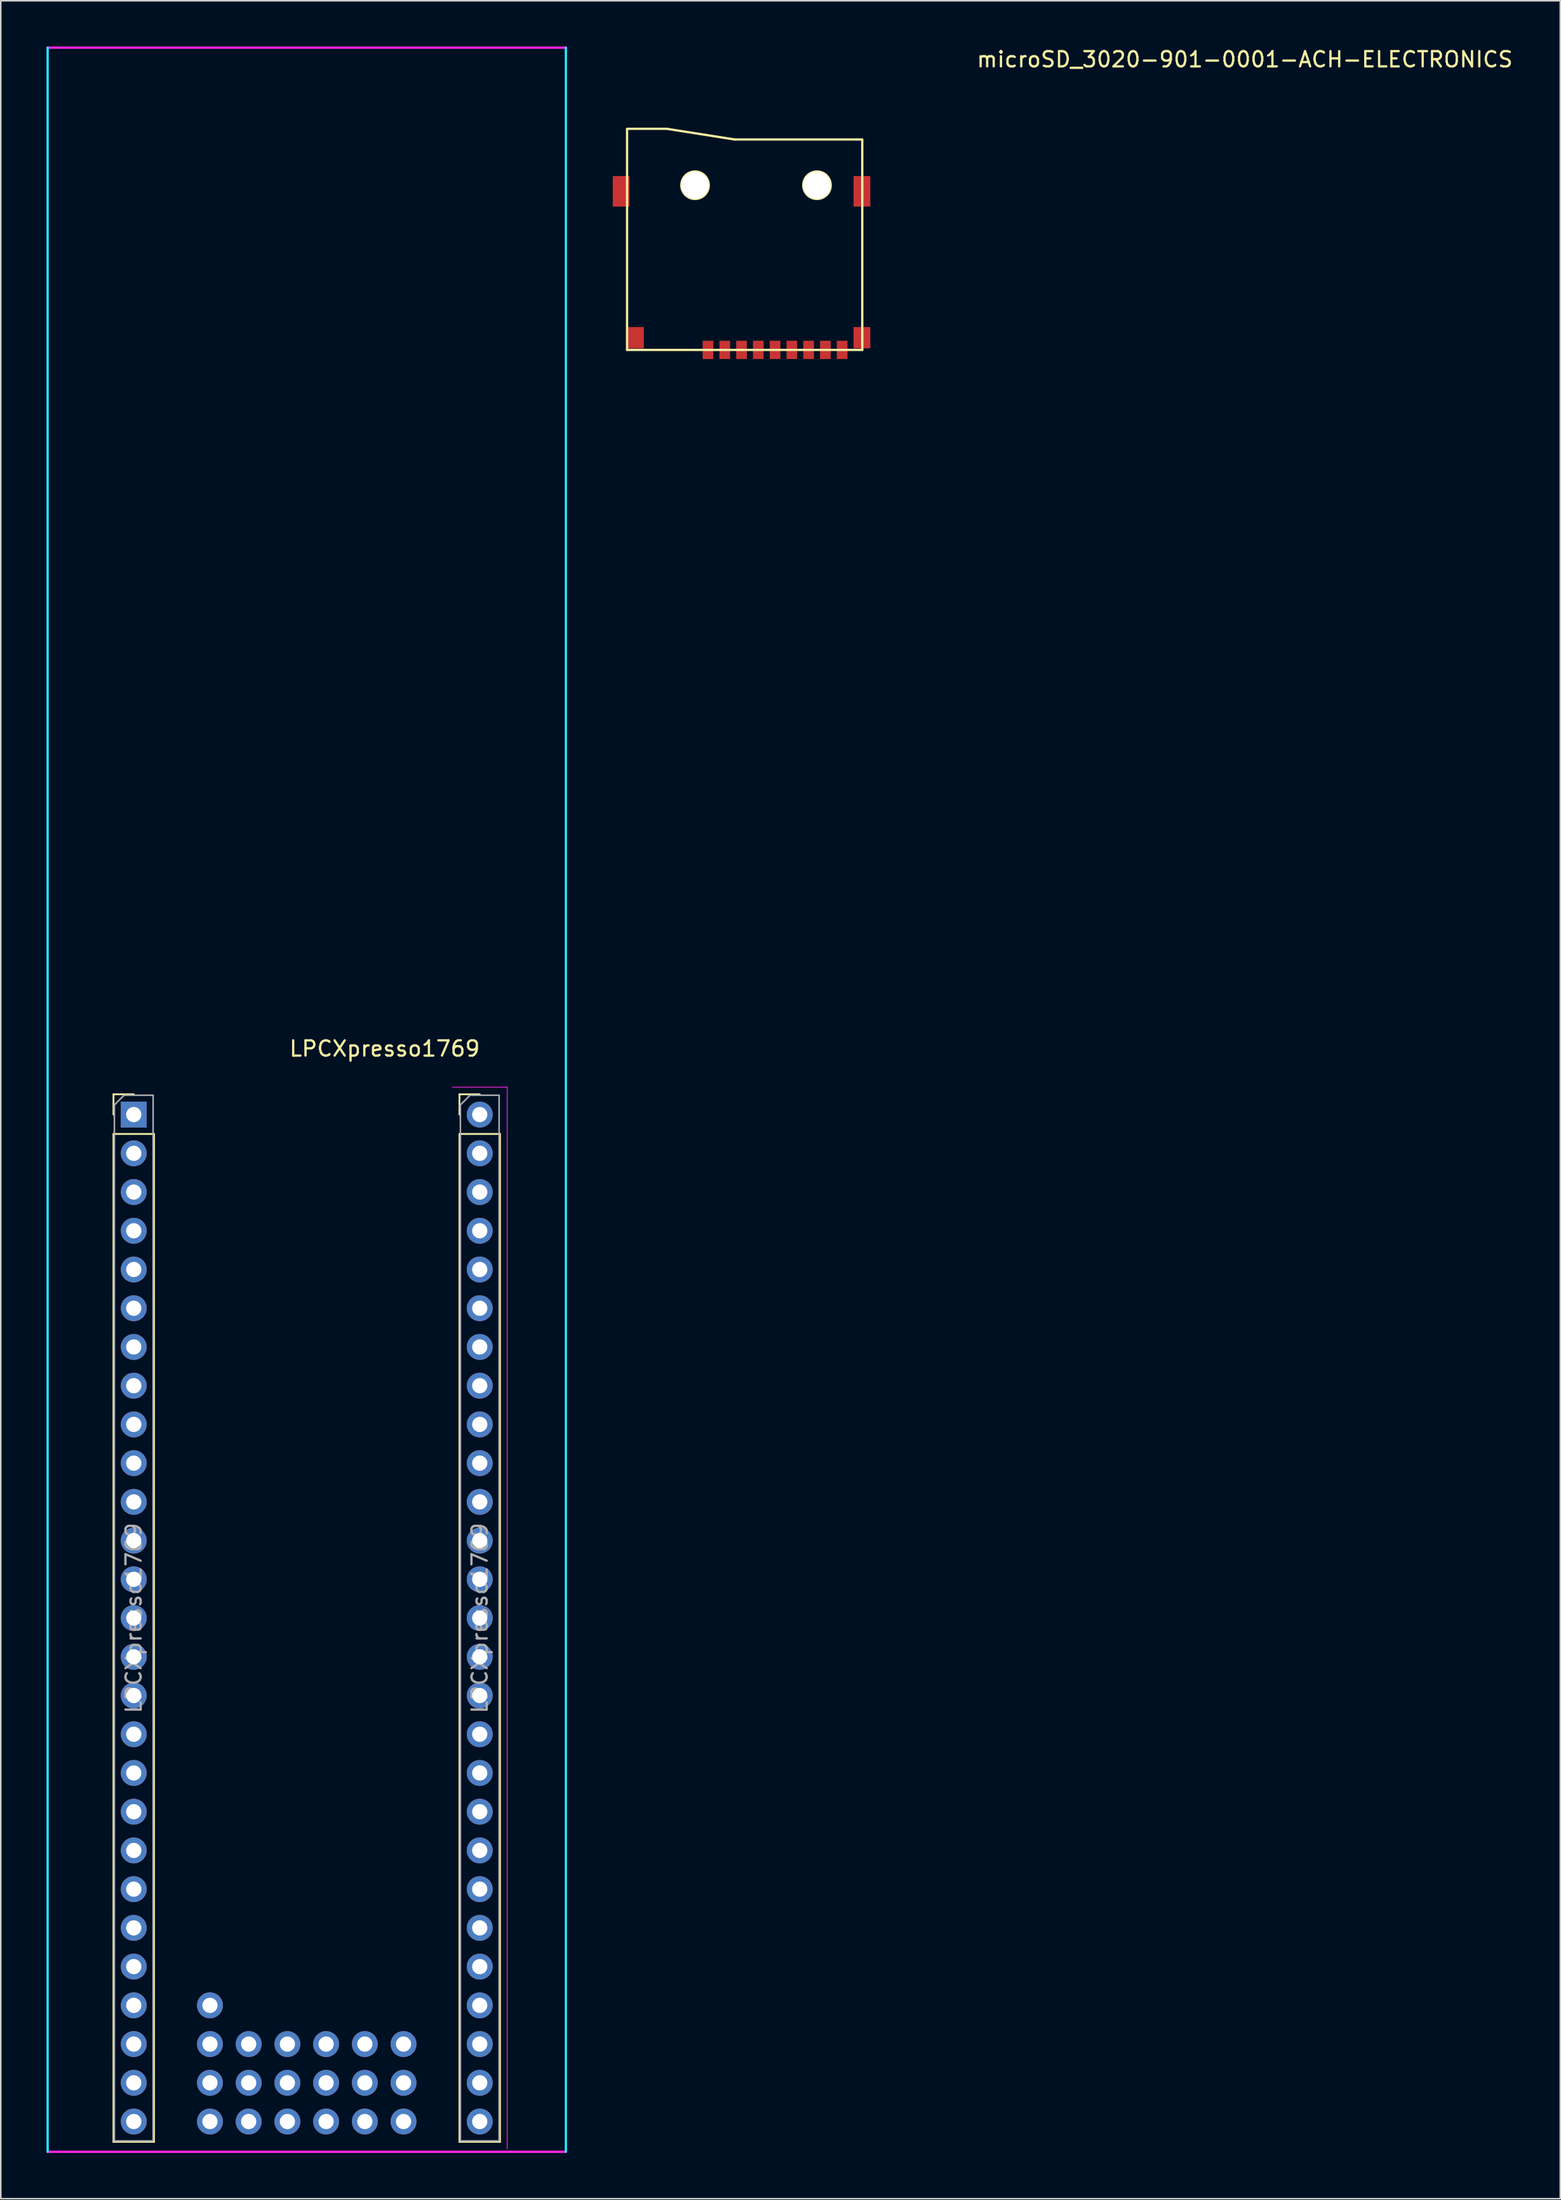
<source format=kicad_pcb>
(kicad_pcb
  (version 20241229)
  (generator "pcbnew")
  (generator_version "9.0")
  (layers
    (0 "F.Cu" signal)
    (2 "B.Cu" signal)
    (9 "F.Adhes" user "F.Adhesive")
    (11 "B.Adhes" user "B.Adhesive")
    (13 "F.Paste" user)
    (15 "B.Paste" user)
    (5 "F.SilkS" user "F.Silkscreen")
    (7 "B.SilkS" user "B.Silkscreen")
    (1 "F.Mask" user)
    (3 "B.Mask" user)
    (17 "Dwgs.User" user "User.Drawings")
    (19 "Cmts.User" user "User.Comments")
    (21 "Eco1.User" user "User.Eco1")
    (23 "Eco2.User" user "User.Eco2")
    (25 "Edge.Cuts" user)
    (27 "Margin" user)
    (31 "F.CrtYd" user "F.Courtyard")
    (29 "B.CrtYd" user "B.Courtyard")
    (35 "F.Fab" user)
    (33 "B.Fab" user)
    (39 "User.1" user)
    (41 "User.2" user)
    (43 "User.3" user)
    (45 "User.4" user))
  (footprint "LPCXpresso1769"
    (layer "F.Cu")
    (at 17.075 103.075)
    (property "Reference" "LPCXpresso1769" (at 5.11 -37.35 0) (layer "F.SilkS") (effects (font (size 1 1) (thickness 0.15))))
    (attr through_hole)
    (fp_line (start -12.68 -34.355) (end -11.35 -34.355) (stroke (width 0.12) (type solid)) (layer "F.SilkS"))
    (fp_line (start -12.68 -33.025) (end -12.68 -34.355) (stroke (width 0.12) (type solid)) (layer "F.SilkS"))
    (fp_line (start -12.68 -31.755) (end -12.68 34.345) (stroke (width 0.12) (type solid)) (layer "F.SilkS"))
    (fp_line (start -12.68 -31.755) (end -10.02 -31.755) (stroke (width 0.12) (type solid)) (layer "F.SilkS"))
    (fp_line (start -12.68 34.345) (end -10.02 34.345) (stroke (width 0.12) (type solid)) (layer "F.SilkS"))
    (fp_line (start -10.02 -31.755) (end -10.02 34.345) (stroke (width 0.12) (type solid)) (layer "F.SilkS"))
    (fp_line (start 10.02 -34.355) (end 11.35 -34.355) (stroke (width 0.12) (type solid)) (layer "F.SilkS"))
    (fp_line (start 10.02 -33.025) (end 10.02 -34.355) (stroke (width 0.12) (type solid)) (layer "F.SilkS"))
    (fp_line (start 10.02 -31.755) (end 10.02 34.345) (stroke (width 0.12) (type solid)) (layer "F.SilkS"))
    (fp_line (start 10.02 -31.755) (end 12.68 -31.755) (stroke (width 0.12) (type solid)) (layer "F.SilkS"))
    (fp_line (start 10.02 34.345) (end 12.68 34.345) (stroke (width 0.12) (type solid)) (layer "F.SilkS"))
    (fp_line (start 12.68 -31.755) (end 12.68 34.345) (stroke (width 0.12) (type solid)) (layer "F.SilkS"))
    (fp_line (start -17 35) (end -17 -103) (stroke (width 0.15) (type solid)) (layer "B.CrtYd"))
    (fp_line (start 17 35) (end 17 -103) (stroke (width 0.15) (type solid)) (layer "B.CrtYd"))
    (fp_line (start -17 -103) (end 17 -103) (stroke (width 0.15) (type solid)) (layer "F.CrtYd"))
    (fp_line (start -17 35) (end 17 35) (stroke (width 0.15) (type solid)) (layer "F.CrtYd"))
    (fp_line (start 13.15 -34.825) (end 9.55 -34.825) (stroke (width 0.05) (type solid)) (layer "F.CrtYd"))
    (fp_line (start 13.15 34.825) (end 13.15 -34.825) (stroke (width 0.05) (type solid)) (layer "F.CrtYd"))
    (fp_line (start -12.62 -33.66) (end -11.985 -34.295) (stroke (width 0.1) (type solid)) (layer "F.Fab"))
    (fp_line (start -12.62 34.285) (end -12.62 -33.66) (stroke (width 0.1) (type solid)) (layer "F.Fab"))
    (fp_line (start -11.985 -34.295) (end -10.08 -34.295) (stroke (width 0.1) (type solid)) (layer "F.Fab"))
    (fp_line (start -10.08 -34.295) (end -10.08 34.285) (stroke (width 0.1) (type solid)) (layer "F.Fab"))
    (fp_line (start -10.08 34.285) (end -12.62 34.285) (stroke (width 0.1) (type solid)) (layer "F.Fab"))
    (fp_line (start 10.08 -33.66) (end 10.715 -34.295) (stroke (width 0.1) (type solid)) (layer "F.Fab"))
    (fp_line (start 10.08 34.285) (end 10.08 -33.66) (stroke (width 0.1) (type solid)) (layer "F.Fab"))
    (fp_line (start 10.715 -34.295) (end 12.62 -34.295) (stroke (width 0.1) (type solid)) (layer "F.Fab"))
    (fp_line (start 12.62 -34.295) (end 12.62 34.285) (stroke (width 0.1) (type solid)) (layer "F.Fab"))
    (fp_line (start 12.62 34.285) (end 10.08 34.285) (stroke (width 0.1) (type solid)) (layer "F.Fab"))
    (fp_text user "${REFERENCE}" (at 11.35 -0.005 90) (layer "F.Fab") (effects (font (size 1 1) (thickness 0.15))))
    (fp_text user "${REFERENCE}" (at -11.35 -0.005 90) (layer "F.Fab") (effects (font (size 1 1) (thickness 0.15))))
    (pad "1" thru_hole rect (at -11.35 -33.025) (size 1.7 1.7) (drill 1) (layers "*.Cu" "*.Mask"))
    (pad "2" thru_hole oval (at -11.35 -30.485) (size 1.7 1.7) (drill 1) (layers "*.Cu" "*.Mask"))
    (pad "3" thru_hole oval (at -11.35 -27.945) (size 1.7 1.7) (drill 1) (layers "*.Cu" "*.Mask"))
    (pad "4" thru_hole oval (at -11.35 -25.405) (size 1.7 1.7) (drill 1) (layers "*.Cu" "*.Mask"))
    (pad "5" thru_hole oval (at -11.35 -22.865) (size 1.7 1.7) (drill 1) (layers "*.Cu" "*.Mask"))
    (pad "6" thru_hole oval (at -11.35 -20.325) (size 1.7 1.7) (drill 1) (layers "*.Cu" "*.Mask"))
    (pad "7" thru_hole oval (at -11.35 -17.785) (size 1.7 1.7) (drill 1) (layers "*.Cu" "*.Mask"))
    (pad "8" thru_hole oval (at -11.35 -15.245) (size 1.7 1.7) (drill 1) (layers "*.Cu" "*.Mask"))
    (pad "9" thru_hole oval (at -11.35 -12.705) (size 1.7 1.7) (drill 1) (layers "*.Cu" "*.Mask"))
    (pad "10" thru_hole oval (at -11.35 -10.165) (size 1.7 1.7) (drill 1) (layers "*.Cu" "*.Mask"))
    (pad "11" thru_hole oval (at -11.35 -7.625) (size 1.7 1.7) (drill 1) (layers "*.Cu" "*.Mask"))
    (pad "12" thru_hole oval (at -11.35 -5.085) (size 1.7 1.7) (drill 1) (layers "*.Cu" "*.Mask"))
    (pad "13" thru_hole oval (at -11.35 -2.545) (size 1.7 1.7) (drill 1) (layers "*.Cu" "*.Mask"))
    (pad "14" thru_hole oval (at -11.35 -0.005) (size 1.7 1.7) (drill 1) (layers "*.Cu" "*.Mask"))
    (pad "15" thru_hole oval (at -11.35 2.535) (size 1.7 1.7) (drill 1) (layers "*.Cu" "*.Mask"))
    (pad "16" thru_hole oval (at -11.35 5.075) (size 1.7 1.7) (drill 1) (layers "*.Cu" "*.Mask"))
    (pad "17" thru_hole oval (at -11.35 7.615) (size 1.7 1.7) (drill 1) (layers "*.Cu" "*.Mask"))
    (pad "18" thru_hole oval (at -11.35 10.155) (size 1.7 1.7) (drill 1) (layers "*.Cu" "*.Mask"))
    (pad "19" thru_hole oval (at -11.35 12.695) (size 1.7 1.7) (drill 1) (layers "*.Cu" "*.Mask"))
    (pad "20" thru_hole oval (at -11.35 15.235) (size 1.7 1.7) (drill 1) (layers "*.Cu" "*.Mask"))
    (pad "21" thru_hole oval (at -11.35 17.775) (size 1.7 1.7) (drill 1) (layers "*.Cu" "*.Mask"))
    (pad "22" thru_hole oval (at -11.35 20.315) (size 1.7 1.7) (drill 1) (layers "*.Cu" "*.Mask"))
    (pad "23" thru_hole oval (at -11.35 22.855) (size 1.7 1.7) (drill 1) (layers "*.Cu" "*.Mask"))
    (pad "24" thru_hole oval (at -11.35 25.395) (size 1.7 1.7) (drill 1) (layers "*.Cu" "*.Mask"))
    (pad "25" thru_hole oval (at -11.35 27.935) (size 1.7 1.7) (drill 1) (layers "*.Cu" "*.Mask"))
    (pad "26" thru_hole oval (at -11.35 30.475) (size 1.7 1.7) (drill 1) (layers "*.Cu" "*.Mask"))
    (pad "27" thru_hole oval (at -11.35 33.015) (size 1.7 1.7) (drill 1) (layers "*.Cu" "*.Mask"))
    (pad "28" thru_hole circle (at 11.35 -33.025) (size 1.7 1.7) (drill 1) (layers "*.Cu" "*.Mask"))
    (pad "29" thru_hole oval (at 11.35 -30.485) (size 1.7 1.7) (drill 1) (layers "*.Cu" "*.Mask"))
    (pad "30" thru_hole oval (at 11.35 -27.945) (size 1.7 1.7) (drill 1) (layers "*.Cu" "*.Mask"))
    (pad "31" thru_hole oval (at 11.35 -25.405) (size 1.7 1.7) (drill 1) (layers "*.Cu" "*.Mask"))
    (pad "32" thru_hole oval (at 11.35 -22.865) (size 1.7 1.7) (drill 1) (layers "*.Cu" "*.Mask"))
    (pad "33" thru_hole oval (at 11.35 -20.325) (size 1.7 1.7) (drill 1) (layers "*.Cu" "*.Mask"))
    (pad "34" thru_hole oval (at 11.35 -17.785) (size 1.7 1.7) (drill 1) (layers "*.Cu" "*.Mask"))
    (pad "35" thru_hole oval (at 11.35 -15.245) (size 1.7 1.7) (drill 1) (layers "*.Cu" "*.Mask"))
    (pad "36" thru_hole oval (at 11.35 -12.705) (size 1.7 1.7) (drill 1) (layers "*.Cu" "*.Mask"))
    (pad "37" thru_hole oval (at 11.35 -10.165) (size 1.7 1.7) (drill 1) (layers "*.Cu" "*.Mask"))
    (pad "38" thru_hole oval (at 11.35 -7.625) (size 1.7 1.7) (drill 1) (layers "*.Cu" "*.Mask"))
    (pad "39" thru_hole oval (at 11.35 -5.085) (size 1.7 1.7) (drill 1) (layers "*.Cu" "*.Mask"))
    (pad "40" thru_hole oval (at 11.35 -2.545) (size 1.7 1.7) (drill 1) (layers "*.Cu" "*.Mask"))
    (pad "41" thru_hole oval (at 11.35 -0.005) (size 1.7 1.7) (drill 1) (layers "*.Cu" "*.Mask"))
    (pad "42" thru_hole oval (at 11.35 2.535) (size 1.7 1.7) (drill 1) (layers "*.Cu" "*.Mask"))
    (pad "43" thru_hole oval (at 11.35 5.075) (size 1.7 1.7) (drill 1) (layers "*.Cu" "*.Mask"))
    (pad "44" thru_hole oval (at 11.35 7.615) (size 1.7 1.7) (drill 1) (layers "*.Cu" "*.Mask"))
    (pad "45" thru_hole oval (at 11.35 10.155) (size 1.7 1.7) (drill 1) (layers "*.Cu" "*.Mask"))
    (pad "46" thru_hole oval (at 11.35 12.695) (size 1.7 1.7) (drill 1) (layers "*.Cu" "*.Mask"))
    (pad "47" thru_hole oval (at 11.35 15.235) (size 1.7 1.7) (drill 1) (layers "*.Cu" "*.Mask"))
    (pad "48" thru_hole oval (at 11.35 17.775) (size 1.7 1.7) (drill 1) (layers "*.Cu" "*.Mask"))
    (pad "49" thru_hole oval (at 11.35 20.315) (size 1.7 1.7) (drill 1) (layers "*.Cu" "*.Mask"))
    (pad "50" thru_hole oval (at 11.35 22.855) (size 1.7 1.7) (drill 1) (layers "*.Cu" "*.Mask"))
    (pad "51" thru_hole oval (at 11.35 25.395) (size 1.7 1.7) (drill 1) (layers "*.Cu" "*.Mask"))
    (pad "52" thru_hole oval (at 11.35 27.935) (size 1.7 1.7) (drill 1) (layers "*.Cu" "*.Mask"))
    (pad "53" thru_hole oval (at 11.35 30.475) (size 1.7 1.7) (drill 1) (layers "*.Cu" "*.Mask"))
    (pad "54" thru_hole oval (at 11.35 33.015) (size 1.7 1.7) (drill 1) (layers "*.Cu" "*.Mask"))
    (pad "PD1" thru_hole oval (at 6.35 33.015 90) (size 1.7 1.7) (drill 1) (layers "*.Cu" "*.Mask"))
    (pad "PD2" thru_hole oval (at 6.35 30.475 90) (size 1.7 1.7) (drill 1) (layers "*.Cu" "*.Mask"))
    (pad "PD3" thru_hole oval (at 6.35 27.935 90) (size 1.7 1.7) (drill 1) (layers "*.Cu" "*.Mask"))
    (pad "PD4" thru_hole oval (at 3.81 33.015 90) (size 1.7 1.7) (drill 1) (layers "*.Cu" "*.Mask"))
    (pad "PD5" thru_hole oval (at 3.81 30.475 90) (size 1.7 1.7) (drill 1) (layers "*.Cu" "*.Mask"))
    (pad "PD6" thru_hole oval (at 3.81 27.935 90) (size 1.7 1.7) (drill 1) (layers "*.Cu" "*.Mask"))
    (pad "PD7" thru_hole oval (at 1.27 33.015 90) (size 1.7 1.7) (drill 1) (layers "*.Cu" "*.Mask"))
    (pad "PD8" thru_hole oval (at 1.27 30.475 90) (size 1.7 1.7) (drill 1) (layers "*.Cu" "*.Mask"))
    (pad "PD9" thru_hole oval (at 1.27 27.935 90) (size 1.7 1.7) (drill 1) (layers "*.Cu" "*.Mask"))
    (pad "PD10" thru_hole oval (at -1.27 33.015 90) (size 1.7 1.7) (drill 1) (layers "*.Cu" "*.Mask"))
    (pad "PD11" thru_hole oval (at -1.27 30.475 90) (size 1.7 1.7) (drill 1) (layers "*.Cu" "*.Mask"))
    (pad "PD12" thru_hole oval (at -1.27 27.935 90) (size 1.7 1.7) (drill 1) (layers "*.Cu" "*.Mask"))
    (pad "PD13" thru_hole oval (at -3.81 33.015 90) (size 1.7 1.7) (drill 1) (layers "*.Cu" "*.Mask"))
    (pad "PD14" thru_hole oval (at -3.81 30.475 90) (size 1.7 1.7) (drill 1) (layers "*.Cu" "*.Mask"))
    (pad "PD15" thru_hole oval (at -3.81 27.935 90) (size 1.7 1.7) (drill 1) (layers "*.Cu" "*.Mask"))
    (pad "PD16" thru_hole oval (at -6.35 33.015 90) (size 1.7 1.7) (drill 1) (layers "*.Cu" "*.Mask"))
    (pad "PD17" thru_hole oval (at -6.35 30.475 90) (size 1.7 1.7) (drill 1) (layers "*.Cu" "*.Mask"))
    (pad "PD18" thru_hole oval (at -6.35 27.935 90) (size 1.7 1.7) (drill 1) (layers "*.Cu" "*.Mask"))
    (pad "PD19" thru_hole oval (at -6.35 25.395 90) (size 1.7 1.7) (drill 1) (layers "*.Cu" "*.Mask")))
  (footprint "microSD_3020-901-0001-ACH-ELECTRONICS"
    (layer "F.Cu")
    (at 45.6 19.798)
    (property "Reference" "microSD_3020-901-0001-ACH-ELECTRONICS" (at 33.02 -18.95 0) (layer "F.SilkS") (effects (font (size 1 1) (thickness 0.15))))
    (attr through_hole)
    (fp_line (start -7.51 0.1) (end -7.51 -14.4) (stroke (width 0.15) (type solid)) (layer "F.SilkS"))
    (fp_line (start -7.51 0.1) (end 7.92 0.1) (stroke (width 0.15) (type solid)) (layer "F.SilkS"))
    (fp_line (start -4.9 -14.4) (end -7.5 -14.4) (stroke (width 0.15) (type solid)) (layer "F.SilkS"))
    (fp_line (start -4.9 -14.4) (end -0.45 -13.7) (stroke (width 0.15) (type solid)) (layer "F.SilkS"))
    (fp_line (start 7.9 -13.7) (end -0.45 -13.7) (stroke (width 0.15) (type solid)) (layer "F.SilkS"))
    (fp_line (start 7.92 0.1) (end 7.92 -13.7) (stroke (width 0.15) (type solid)) (layer "F.SilkS"))
    (fp_circle (center -3.05 -10.7) (end -2.15 -10.7) (stroke (width 0.15) (type solid)) (fill no) (layer "F.SilkS"))
    (fp_circle (center 4.95 -10.7) (end 5.85 -10.7) (stroke (width 0.15) (type solid)) (fill no) (layer "F.SilkS"))
    (pad "" smd rect (at -7.9 -10.3) (size 1.1 2) (layers "F.Cu" "F.Mask" "F.Paste"))
    (pad "" smd rect (at -6.96 -0.7) (size 1.1 1.4) (layers "F.Cu" "F.Mask" "F.Paste"))
    (pad "" thru_hole circle (at -3.05 -10.7) (size 1.8 1.8) (drill 1.8) (layers "*.Mask" "B.Cu"))
    (pad "" thru_hole circle (at 4.95 -10.7) (size 1.8 1.8) (drill 1.8) (layers "*.Cu" "*.Mask"))
    (pad "" smd rect (at 7.9 -10.3) (size 1.1 2) (layers "F.Cu" "F.Mask" "F.Paste"))
    (pad "" smd rect (at 7.9 -0.7) (size 1.1 1.4) (layers "F.Cu" "F.Mask" "F.Paste"))
    (pad "1" smd rect (at -2.2 0.1) (size 0.7 1.2) (layers "F.Cu" "F.Mask" "F.Paste"))
    (pad "2" smd rect (at -1.1 0.1) (size 0.7 1.2) (layers "F.Cu" "F.Mask" "F.Paste"))
    (pad "3" smd rect (at 0 0.1) (size 0.7 1.2) (layers "F.Cu" "F.Mask" "F.Paste"))
    (pad "4" smd rect (at 1.1 0.1) (size 0.7 1.2) (layers "F.Cu" "F.Mask" "F.Paste"))
    (pad "5" smd rect (at 2.2 0.1) (size 0.7 1.2) (layers "F.Cu" "F.Mask" "F.Paste"))
    (pad "6" smd rect (at 3.3 0.1) (size 0.7 1.2) (layers "F.Cu" "F.Mask" "F.Paste"))
    (pad "7" smd rect (at 4.4 0.1) (size 0.7 1.2) (layers "F.Cu" "F.Mask" "F.Paste"))
    (pad "8" smd rect (at 5.5 0.1) (size 0.7 1.2) (layers "F.Cu" "F.Mask" "F.Paste"))
    (pad "9" smd rect (at 6.6 0.1) (size 0.7 1.2) (layers "F.Cu" "F.Mask" "F.Paste")))
  (gr_rect
    (start -3 -3)
    (end 99.316 141.15)
    (stroke (width 0.1) (type default))
    (fill no)
    (layer "Edge.Cuts")))
</source>
